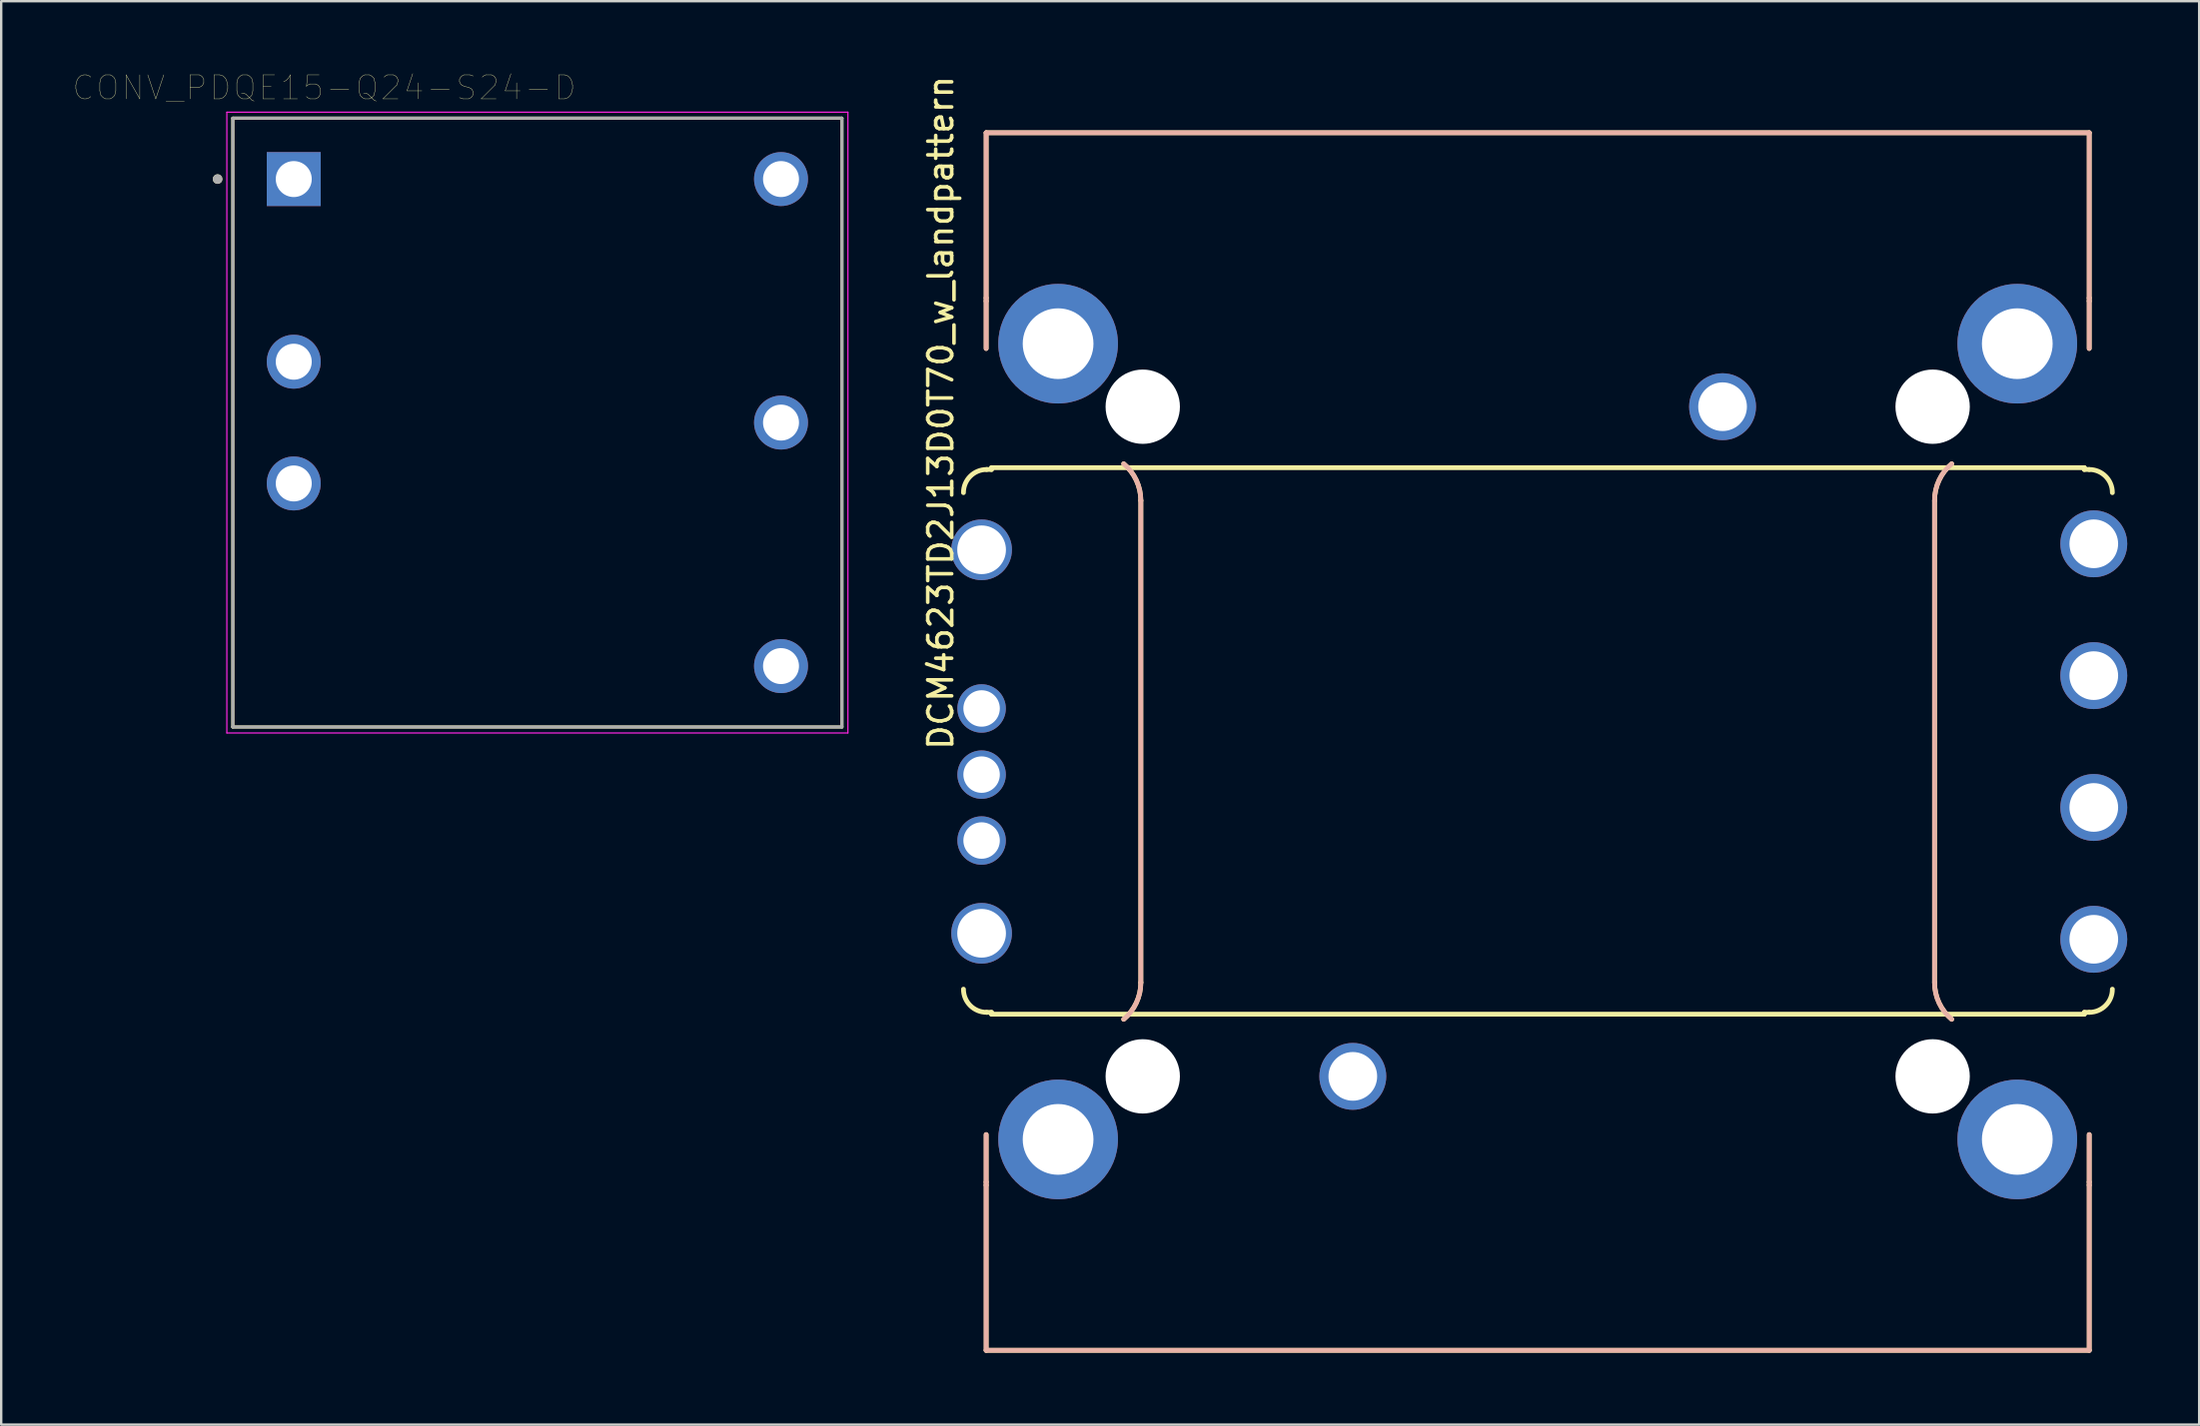
<source format=kicad_pcb>
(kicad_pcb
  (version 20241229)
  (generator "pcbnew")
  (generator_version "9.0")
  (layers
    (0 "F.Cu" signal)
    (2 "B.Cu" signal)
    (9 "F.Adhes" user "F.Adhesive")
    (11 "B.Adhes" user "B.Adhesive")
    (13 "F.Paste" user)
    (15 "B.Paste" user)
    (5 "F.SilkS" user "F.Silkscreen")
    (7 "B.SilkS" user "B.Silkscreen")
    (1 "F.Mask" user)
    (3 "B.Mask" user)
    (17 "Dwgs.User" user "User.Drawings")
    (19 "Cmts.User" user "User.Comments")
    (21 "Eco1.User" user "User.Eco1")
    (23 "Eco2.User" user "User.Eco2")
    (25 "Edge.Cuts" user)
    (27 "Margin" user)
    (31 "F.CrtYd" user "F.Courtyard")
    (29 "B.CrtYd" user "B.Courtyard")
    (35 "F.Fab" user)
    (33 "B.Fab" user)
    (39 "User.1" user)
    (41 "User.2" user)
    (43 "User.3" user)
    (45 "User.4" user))
  (footprint "CONV_PDQE15-Q24-S24-D"
    (layer "F.Cu")
    (at 19.36 14.581)
    (property "Reference" "CONV_PDQE15-Q24-S24-D" (at -8.89 -13.97 0) (layer "F.SilkS") (effects (font (size 1 1) (thickness 0.015))))
    (attr through_hole)
    (fp_line (start -12.7 -12.7) (end -12.7 12.7) (stroke (width 0.127) (type solid)) (layer "F.SilkS"))
    (fp_line (start -12.7 12.7) (end 12.7 12.7) (stroke (width 0.127) (type solid)) (layer "F.SilkS"))
    (fp_line (start 12.7 -12.7) (end -12.7 -12.7) (stroke (width 0.127) (type solid)) (layer "F.SilkS"))
    (fp_line (start 12.7 12.7) (end 12.7 -12.7) (stroke (width 0.127) (type solid)) (layer "F.SilkS"))
    (fp_circle (center -13.335 -10.16) (end -13.235 -10.16) (stroke (width 0.2) (type solid)) (fill no) (layer "F.SilkS"))
    (fp_line (start -12.95 -12.95) (end -12.95 12.95) (stroke (width 0.05) (type solid)) (layer "F.CrtYd"))
    (fp_line (start -12.95 12.95) (end 12.95 12.95) (stroke (width 0.05) (type solid)) (layer "F.CrtYd"))
    (fp_line (start 12.95 -12.95) (end -12.95 -12.95) (stroke (width 0.05) (type solid)) (layer "F.CrtYd"))
    (fp_line (start 12.95 12.95) (end 12.95 -12.95) (stroke (width 0.05) (type solid)) (layer "F.CrtYd"))
    (fp_line (start -12.7 -12.7) (end -12.7 12.7) (stroke (width 0.127) (type solid)) (layer "F.Fab"))
    (fp_line (start -12.7 12.7) (end 12.7 12.7) (stroke (width 0.127) (type solid)) (layer "F.Fab"))
    (fp_line (start 12.7 -12.7) (end -12.7 -12.7) (stroke (width 0.127) (type solid)) (layer "F.Fab"))
    (fp_line (start 12.7 12.7) (end 12.7 -12.7) (stroke (width 0.127) (type solid)) (layer "F.Fab"))
    (fp_circle (center -13.335 -10.16) (end -13.235 -10.16) (stroke (width 0.2) (type solid)) (fill no) (layer "F.Fab"))
    (pad "1" thru_hole rect (at -10.16 -10.16) (size 2.25 2.25) (drill 1.5) (layers "*.Cu" "*.Mask"))
    (pad "2" thru_hole circle (at -10.16 -2.54) (size 2.25 2.25) (drill 1.5) (layers "*.Cu" "*.Mask"))
    (pad "3" thru_hole circle (at -10.16 2.54) (size 2.25 2.25) (drill 1.5) (layers "*.Cu" "*.Mask"))
    (pad "4" thru_hole circle (at 10.16 10.16) (size 2.25 2.25) (drill 1.5) (layers "*.Cu" "*.Mask"))
    (pad "5" thru_hole circle (at 10.16 0) (size 2.25 2.25) (drill 1.5) (layers "*.Cu" "*.Mask"))
    (pad "6" thru_hole circle (at 10.16 -10.16) (size 2.25 2.25) (drill 1.5) (layers "*.Cu" "*.Mask")))
  (footprint "DCM4623TD2J13D0T70_w_landpattern"
    (layer "F.Cu")
    (at 61.075 27.889)
    (property "Reference" "DCM4623TD2J13D0T70_w_landpattern" (at -24.892 -13.716 90) (layer "F.SilkS") (effects (font (size 1 1) (thickness 0.15))))
    (attr through_hole)
    (fp_line (start -23 -25.4) (end -23 -18.505) (stroke (width 0.2) (type solid)) (layer "F.SilkS"))
    (fp_line (start -23 -18.505) (end -23 -18.378) (stroke (width 0.2) (type solid)) (layer "F.SilkS"))
    (fp_line (start -23 -18.378) (end -23 -16.4) (stroke (width 0.2) (type solid)) (layer "F.SilkS"))
    (fp_line (start -23 16.4) (end -23 18.378) (stroke (width 0.2) (type solid)) (layer "F.SilkS"))
    (fp_line (start -23 18.378) (end -23 18.505) (stroke (width 0.2) (type solid)) (layer "F.SilkS"))
    (fp_line (start -23 18.505) (end -23 25.4) (stroke (width 0.2) (type solid)) (layer "F.SilkS"))
    (fp_line (start -23 25.4) (end 23 25.4) (stroke (width 0.2) (type solid)) (layer "F.SilkS"))
    (fp_line (start -22.981 -11.35) (end -22.778 -11.35) (stroke (width 0.2) (type solid)) (layer "F.SilkS"))
    (fp_line (start -22.981 11.298) (end -22.778 11.298) (stroke (width 0.2) (type solid)) (layer "F.SilkS"))
    (fp_line (start -22.778 -11.426) (end -22.778 -11.35) (stroke (width 0.2) (type solid)) (layer "F.SilkS"))
    (fp_line (start -22.778 11.298) (end -22.778 11.374) (stroke (width 0.2) (type solid)) (layer "F.SilkS"))
    (fp_line (start -22.778 11.374) (end 22.797 11.374) (stroke (width 0.2) (type solid)) (layer "F.SilkS"))
    (fp_line (start -16.55 -10.055) (end -16.55 10.055) (stroke (width 0.2) (type solid)) (layer "F.SilkS"))
    (fp_line (start 16.55 10.055) (end 16.55 -10.055) (stroke (width 0.2) (type solid)) (layer "F.SilkS"))
    (fp_line (start 22.797 -11.426) (end -22.778 -11.426) (stroke (width 0.2) (type solid)) (layer "F.SilkS"))
    (fp_line (start 22.797 -11.426) (end 22.797 -11.35) (stroke (width 0.2) (type solid)) (layer "F.SilkS"))
    (fp_line (start 22.797 11.374) (end 22.797 11.298) (stroke (width 0.2) (type solid)) (layer "F.SilkS"))
    (fp_line (start 23 -25.4) (end -23 -25.4) (stroke (width 0.2) (type solid)) (layer "F.SilkS"))
    (fp_line (start 23 -18.505) (end 23 -25.4) (stroke (width 0.2) (type solid)) (layer "F.SilkS"))
    (fp_line (start 23 -18.378) (end 23 -18.505) (stroke (width 0.2) (type solid)) (layer "F.SilkS"))
    (fp_line (start 23 -16.4) (end 23 -18.378) (stroke (width 0.2) (type solid)) (layer "F.SilkS"))
    (fp_line (start 23 -11.35) (end 22.797 -11.35) (stroke (width 0.2) (type solid)) (layer "F.SilkS"))
    (fp_line (start 23 11.298) (end 22.797 11.298) (stroke (width 0.2) (type solid)) (layer "F.SilkS"))
    (fp_line (start 23 18.378) (end 23 16.4) (stroke (width 0.2) (type solid)) (layer "F.SilkS"))
    (fp_line (start 23 18.505) (end 23 18.378) (stroke (width 0.2) (type solid)) (layer "F.SilkS"))
    (fp_line (start 23 25.4) (end 23 18.505) (stroke (width 0.2) (type solid)) (layer "F.SilkS"))
    (fp_arc (start -23.9466 -10.3848) (mid -23.663899 -11.067299) (end -22.9814 -11.35) (stroke (width 0.2) (type solid)) (layer "F.SilkS"))
    (fp_arc (start -22.9814 11.2976) (mid -23.663899 11.014899) (end -23.9466 10.3324) (stroke (width 0.2) (type solid)) (layer "F.SilkS"))
    (fp_arc (start -17.264425 -11.587281) (mid -16.737385 -10.900429) (end -16.55 -10.055192) (stroke (width 0.2) (type solid)) (layer "F.SilkS"))
    (fp_arc (start -16.55 10.055192) (mid -16.737384 10.900429) (end -17.264425 11.587281) (stroke (width 0.2) (type solid)) (layer "F.SilkS"))
    (fp_arc (start 16.55 -10.055192) (mid 16.737384 -10.900429) (end 17.264425 -11.587281) (stroke (width 0.2) (type solid)) (layer "F.SilkS"))
    (fp_arc (start 17.264425 11.587281) (mid 16.737385 10.900429) (end 16.55 10.055192) (stroke (width 0.2) (type solid)) (layer "F.SilkS"))
    (fp_arc (start 23 -11.35) (mid 23.682499 -11.067299) (end 23.9652 -10.3848) (stroke (width 0.2) (type solid)) (layer "F.SilkS"))
    (fp_arc (start 23.9652 10.3324) (mid 23.682499 11.014899) (end 23 11.2976) (stroke (width 0.2) (type solid)) (layer "F.SilkS"))
    (fp_line (start -23 -25.4) (end -23 -18.505) (stroke (width 0.2) (type solid)) (layer "B.SilkS"))
    (fp_line (start -23 -18.505) (end -23 -18.378) (stroke (width 0.2) (type solid)) (layer "B.SilkS"))
    (fp_line (start -23 -18.378) (end -23 -16.4) (stroke (width 0.2) (type solid)) (layer "B.SilkS"))
    (fp_line (start -23 16.4) (end -23 18.378) (stroke (width 0.2) (type solid)) (layer "B.SilkS"))
    (fp_line (start -23 18.378) (end -23 18.505) (stroke (width 0.2) (type solid)) (layer "B.SilkS"))
    (fp_line (start -23 18.505) (end -23 25.4) (stroke (width 0.2) (type solid)) (layer "B.SilkS"))
    (fp_line (start -23 25.4) (end 23 25.4) (stroke (width 0.2) (type solid)) (layer "B.SilkS"))
    (fp_line (start -16.55 -10.055) (end -16.55 10.055) (stroke (width 0.2) (type solid)) (layer "B.SilkS"))
    (fp_line (start 16.55 10.055) (end 16.55 -10.055) (stroke (width 0.2) (type solid)) (layer "B.SilkS"))
    (fp_line (start 23 -25.4) (end -23 -25.4) (stroke (width 0.2) (type solid)) (layer "B.SilkS"))
    (fp_line (start 23 -18.505) (end 23 -25.4) (stroke (width 0.2) (type solid)) (layer "B.SilkS"))
    (fp_line (start 23 -18.378) (end 23 -18.505) (stroke (width 0.2) (type solid)) (layer "B.SilkS"))
    (fp_line (start 23 -16.4) (end 23 -18.378) (stroke (width 0.2) (type solid)) (layer "B.SilkS"))
    (fp_line (start 23 18.378) (end 23 16.4) (stroke (width 0.2) (type solid)) (layer "B.SilkS"))
    (fp_line (start 23 18.505) (end 23 18.378) (stroke (width 0.2) (type solid)) (layer "B.SilkS"))
    (fp_line (start 23 25.4) (end 23 18.505) (stroke (width 0.2) (type solid)) (layer "B.SilkS"))
    (fp_arc (start -17.264425 -11.587281) (mid -16.737385 -10.900429) (end -16.55 -10.055192) (stroke (width 0.2) (type solid)) (layer "B.SilkS"))
    (fp_arc (start -16.55 10.055192) (mid -16.737384 10.900429) (end -17.264425 11.587281) (stroke (width 0.2) (type solid)) (layer "B.SilkS"))
    (fp_arc (start 16.55 -10.055192) (mid 16.737384 -10.900429) (end 17.264425 -11.587281) (stroke (width 0.2) (type solid)) (layer "B.SilkS"))
    (fp_arc (start 17.264425 11.587281) (mid 16.737385 10.900429) (end 16.55 10.055192) (stroke (width 0.2) (type solid)) (layer "B.SilkS"))
    (pad "" np_thru_hole circle (at -16.47 -13.97) (size 3.1 3.1) (drill 3.1) (layers "*.Cu" "*.Mask"))
    (pad "" np_thru_hole circle (at -16.47 13.97) (size 3.1 3.1) (drill 3.1) (layers "*.Cu" "*.Mask"))
    (pad "" np_thru_hole circle (at 16.47 -13.97) (size 3.1 3.1) (drill 3.1) (layers "*.Cu" "*.Mask"))
    (pad "" np_thru_hole circle (at 16.47 13.97) (size 3.1 3.1) (drill 3.1) (layers "*.Cu" "*.Mask"))
    (pad "1" thru_hole circle (at -23.19 -8) (size 2.53 2.53) (drill 2.03) (layers "*.Cu" "*.Mask"))
    (pad "2" thru_hole circle (at -23.19 -1.38) (size 2.02 2.02) (drill 1.52) (layers "*.Cu" "*.Mask"))
    (pad "3" thru_hole circle (at -23.19 1.38) (size 2.02 2.02) (drill 1.52) (layers "*.Cu" "*.Mask"))
    (pad "4" thru_hole circle (at -23.19 4.13) (size 2.02 2.02) (drill 1.52) (layers "*.Cu" "*.Mask"))
    (pad "5" thru_hole circle (at -23.19 8) (size 2.53 2.53) (drill 2.03) (layers "*.Cu" "*.Mask"))
    (pad "6" thru_hole circle (at 23.19 8.25) (size 2.79 2.79) (drill 2.03) (layers "*.Cu" "*.Mask"))
    (pad "7" thru_hole circle (at 23.19 2.75) (size 2.79 2.79) (drill 2.03) (layers "*.Cu" "*.Mask"))
    (pad "8" thru_hole circle (at 23.19 -2.75) (size 2.79 2.79) (drill 2.03) (layers "*.Cu" "*.Mask"))
    (pad "9" thru_hole circle (at 23.19 -8.25) (size 2.79 2.79) (drill 2.03) (layers "*.Cu" "*.Mask"))
    (pad "10" thru_hole circle (at -7.71 13.97) (size 2.79 2.79) (drill 2.03) (layers "*.Cu" "*.Mask"))
    (pad "11" thru_hole circle (at 7.71 -13.97) (size 2.79 2.79) (drill 2.03) (layers "*.Cu" "*.Mask"))
    (pad "12" thru_hole circle (at -20 -16.6) (size 4.99 4.99) (drill 2.95) (layers "*.Cu" "*.Mask"))
    (pad "13" thru_hole circle (at 20 -16.6) (size 4.99 4.99) (drill 2.95) (layers "*.Cu" "*.Mask"))
    (pad "14" thru_hole circle (at -20 16.6) (size 4.99 4.99) (drill 2.95) (layers "*.Cu" "*.Mask"))
    (pad "15" thru_hole circle (at 20 16.6) (size 4.99 4.99) (drill 2.95) (layers "*.Cu" "*.Mask")))
  (gr_rect
    (start -3 -3)
    (end 88.66 56.389)
    (stroke (width 0.1) (type default))
    (fill no)
    (layer "Edge.Cuts")))
</source>
